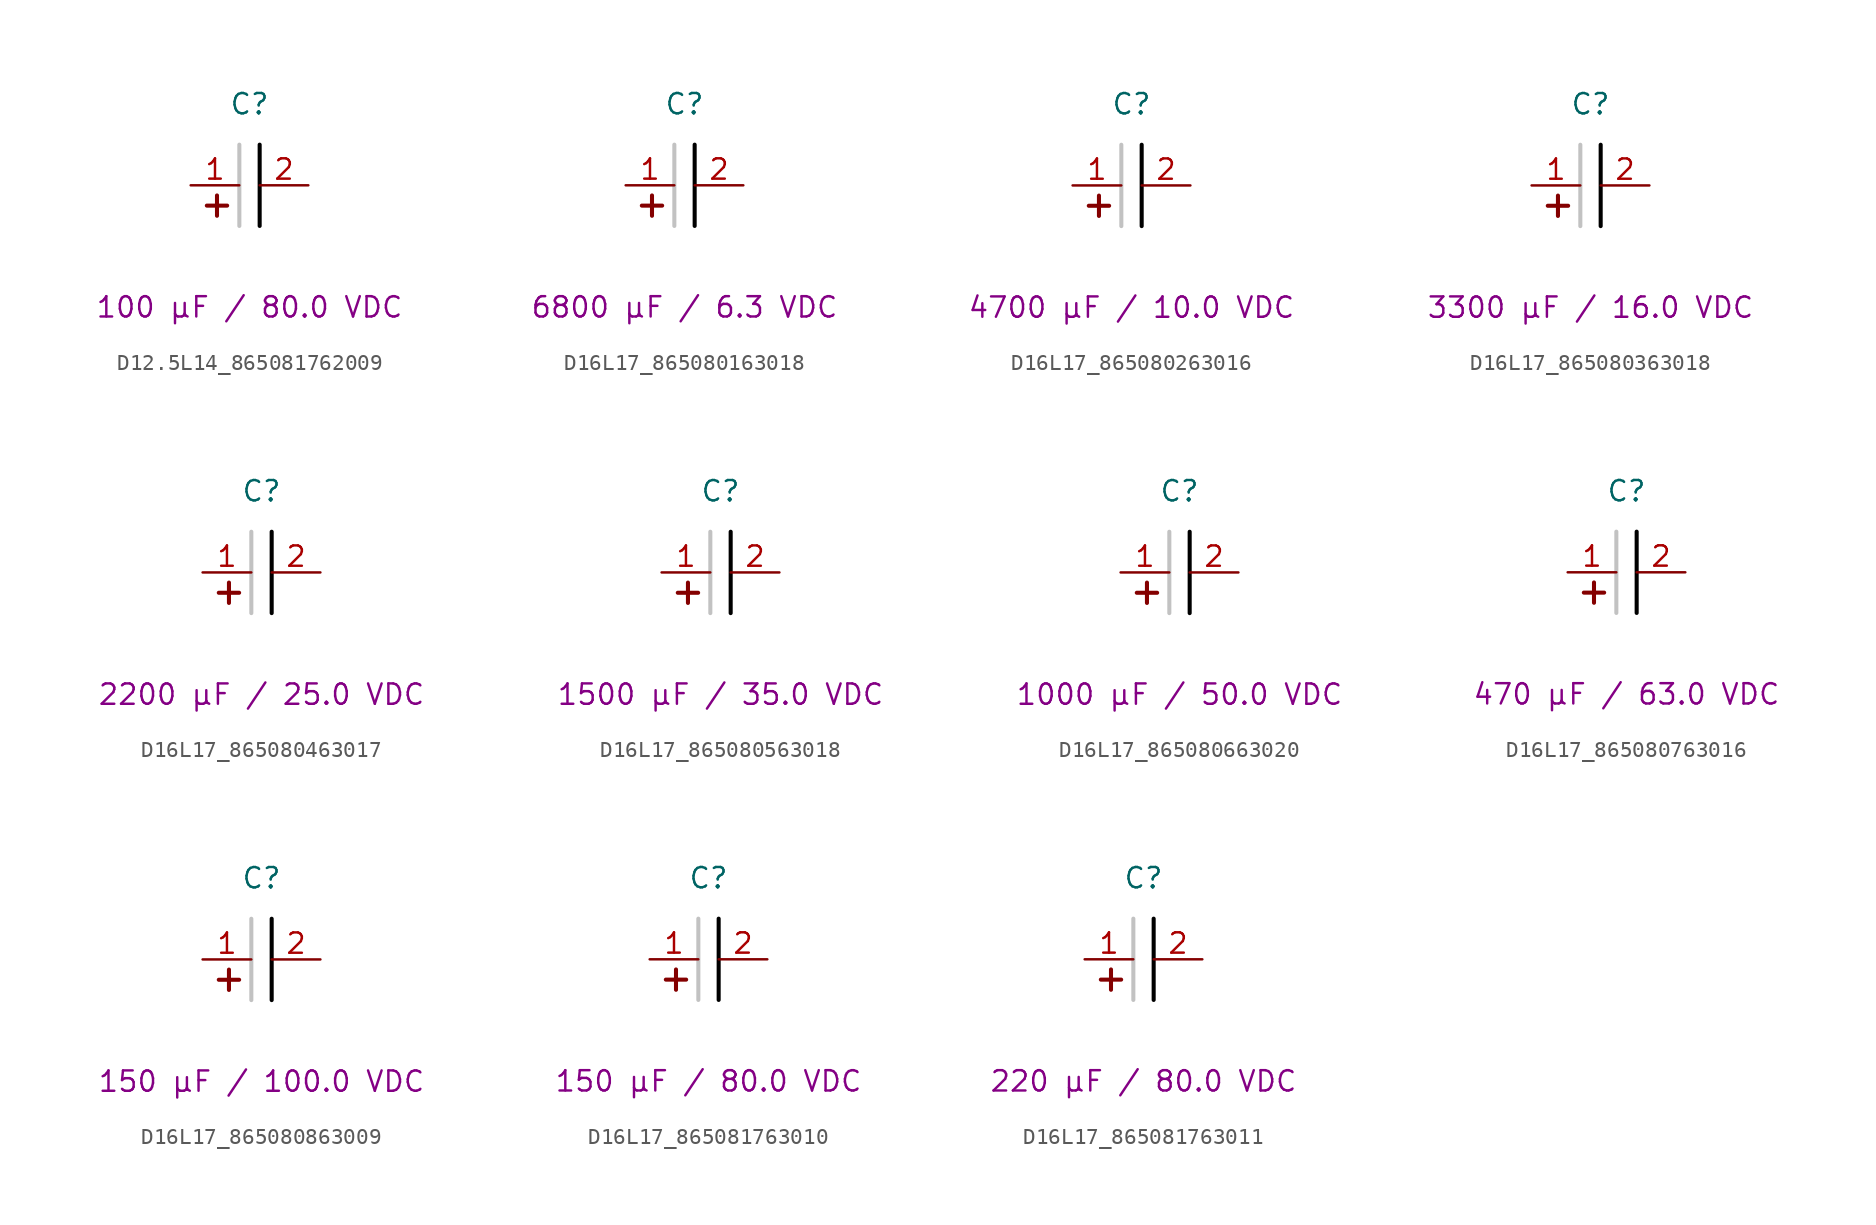
<source format=kicad_sym>
(kicad_symbol_lib
  (version 20220914)
  (generator kicad_symbol_editor)
  (symbol "D12.5L14_865081762009"
    (pin_names hide)
    (property "Reference" "C"
      (at 0 5.08 0)
      (effects (font (size 1.27 1.27))))
    (property "Critical Parameter" "100 µF / 80.0 VDC"
      (at 0 -7.62 0)
      (effects (font (size 1.27 1.27))))
    (symbol "D12.5L14_865081762009_1_1"
      (polyline (pts (xy -2.667 -1.27) (xy -1.397 -1.27)) (stroke (width 0.254) (type default)) (fill (type none)))
      (polyline (pts (xy -2.032 -0.635) (xy -2.032 -1.905)) (stroke (width 0.254) (type default)) (fill (type none)))
      (polyline (pts (xy -0.635 2.54) (xy -0.635 -2.54)) (stroke (width 0.254) (type default) (color 194 194 194 1)) (fill (type none)))
      (polyline (pts (xy 0.635 2.54) (xy 0.635 -2.54)) (stroke (width 0.254) (type default) (color 0 0 0 1)) (fill (type none)))
      (pin passive line (at -3.679 0 0) (length 3.044) (name "1" (effects (font (size 1.27 1.27)))) (number "1" (effects (font (size 1.27 1.27)))))
      (pin passive line (at 3.679 0 180) (length 3.044) (name "2" (effects (font (size 1.27 1.27)))) (number "2" (effects (font (size 1.27 1.27)))))))
  (symbol "D16L17_865080163018"
    (pin_names hide)
    (property "Reference" "C"
      (at 0 5.08 0)
      (effects (font (size 1.27 1.27))))
    (property "Critical Parameter" "6800 µF / 6.3 VDC"
      (at 0 -7.62 0)
      (effects (font (size 1.27 1.27))))
    (symbol "D16L17_865080163018_1_1"
      (polyline (pts (xy -2.667 -1.27) (xy -1.397 -1.27)) (stroke (width 0.254) (type default)) (fill (type none)))
      (polyline (pts (xy -2.032 -0.635) (xy -2.032 -1.905)) (stroke (width 0.254) (type default)) (fill (type none)))
      (polyline (pts (xy -0.635 2.54) (xy -0.635 -2.54)) (stroke (width 0.254) (type default) (color 194 194 194 1)) (fill (type none)))
      (polyline (pts (xy 0.635 2.54) (xy 0.635 -2.54)) (stroke (width 0.254) (type default) (color 0 0 0 1)) (fill (type none)))
      (pin passive line (at -3.679 0 0) (length 3.044) (name "1" (effects (font (size 1.27 1.27)))) (number "1" (effects (font (size 1.27 1.27)))))
      (pin passive line (at 3.679 0 180) (length 3.044) (name "2" (effects (font (size 1.27 1.27)))) (number "2" (effects (font (size 1.27 1.27)))))))
  (symbol "D16L17_865080263016"
    (pin_names hide)
    (property "Reference" "C"
      (at 0 5.08 0)
      (effects (font (size 1.27 1.27))))
    (property "Critical Parameter" "4700 µF / 10.0 VDC"
      (at 0 -7.62 0)
      (effects (font (size 1.27 1.27))))
    (symbol "D16L17_865080263016_1_1"
      (polyline (pts (xy -2.667 -1.27) (xy -1.397 -1.27)) (stroke (width 0.254) (type default)) (fill (type none)))
      (polyline (pts (xy -2.032 -0.635) (xy -2.032 -1.905)) (stroke (width 0.254) (type default)) (fill (type none)))
      (polyline (pts (xy -0.635 2.54) (xy -0.635 -2.54)) (stroke (width 0.254) (type default) (color 194 194 194 1)) (fill (type none)))
      (polyline (pts (xy 0.635 2.54) (xy 0.635 -2.54)) (stroke (width 0.254) (type default) (color 0 0 0 1)) (fill (type none)))
      (pin passive line (at -3.679 0 0) (length 3.044) (name "1" (effects (font (size 1.27 1.27)))) (number "1" (effects (font (size 1.27 1.27)))))
      (pin passive line (at 3.679 0 180) (length 3.044) (name "2" (effects (font (size 1.27 1.27)))) (number "2" (effects (font (size 1.27 1.27)))))))
  (symbol "D16L17_865080363018"
    (pin_names hide)
    (property "Reference" "C"
      (at 0 5.08 0)
      (effects (font (size 1.27 1.27))))
    (property "Critical Parameter" "3300 µF / 16.0 VDC"
      (at 0 -7.62 0)
      (effects (font (size 1.27 1.27))))
    (symbol "D16L17_865080363018_1_1"
      (polyline (pts (xy -2.667 -1.27) (xy -1.397 -1.27)) (stroke (width 0.254) (type default)) (fill (type none)))
      (polyline (pts (xy -2.032 -0.635) (xy -2.032 -1.905)) (stroke (width 0.254) (type default)) (fill (type none)))
      (polyline (pts (xy -0.635 2.54) (xy -0.635 -2.54)) (stroke (width 0.254) (type default) (color 194 194 194 1)) (fill (type none)))
      (polyline (pts (xy 0.635 2.54) (xy 0.635 -2.54)) (stroke (width 0.254) (type default) (color 0 0 0 1)) (fill (type none)))
      (pin passive line (at -3.679 0 0) (length 3.044) (name "1" (effects (font (size 1.27 1.27)))) (number "1" (effects (font (size 1.27 1.27)))))
      (pin passive line (at 3.679 0 180) (length 3.044) (name "2" (effects (font (size 1.27 1.27)))) (number "2" (effects (font (size 1.27 1.27)))))))
  (symbol "D16L17_865080463017"
    (pin_names hide)
    (property "Reference" "C"
      (at 0 5.08 0)
      (effects (font (size 1.27 1.27))))
    (property "Critical Parameter" "2200 µF / 25.0 VDC"
      (at 0 -7.62 0)
      (effects (font (size 1.27 1.27))))
    (symbol "D16L17_865080463017_1_1"
      (polyline (pts (xy -2.667 -1.27) (xy -1.397 -1.27)) (stroke (width 0.254) (type default)) (fill (type none)))
      (polyline (pts (xy -2.032 -0.635) (xy -2.032 -1.905)) (stroke (width 0.254) (type default)) (fill (type none)))
      (polyline (pts (xy -0.635 2.54) (xy -0.635 -2.54)) (stroke (width 0.254) (type default) (color 194 194 194 1)) (fill (type none)))
      (polyline (pts (xy 0.635 2.54) (xy 0.635 -2.54)) (stroke (width 0.254) (type default) (color 0 0 0 1)) (fill (type none)))
      (pin passive line (at -3.679 0 0) (length 3.044) (name "1" (effects (font (size 1.27 1.27)))) (number "1" (effects (font (size 1.27 1.27)))))
      (pin passive line (at 3.679 0 180) (length 3.044) (name "2" (effects (font (size 1.27 1.27)))) (number "2" (effects (font (size 1.27 1.27)))))))
  (symbol "D16L17_865080563018"
    (pin_names hide)
    (property "Reference" "C"
      (at 0 5.08 0)
      (effects (font (size 1.27 1.27))))
    (property "Critical Parameter" "1500 µF / 35.0 VDC"
      (at 0 -7.62 0)
      (effects (font (size 1.27 1.27))))
    (symbol "D16L17_865080563018_1_1"
      (polyline (pts (xy -2.667 -1.27) (xy -1.397 -1.27)) (stroke (width 0.254) (type default)) (fill (type none)))
      (polyline (pts (xy -2.032 -0.635) (xy -2.032 -1.905)) (stroke (width 0.254) (type default)) (fill (type none)))
      (polyline (pts (xy -0.635 2.54) (xy -0.635 -2.54)) (stroke (width 0.254) (type default) (color 194 194 194 1)) (fill (type none)))
      (polyline (pts (xy 0.635 2.54) (xy 0.635 -2.54)) (stroke (width 0.254) (type default) (color 0 0 0 1)) (fill (type none)))
      (pin passive line (at -3.679 0 0) (length 3.044) (name "1" (effects (font (size 1.27 1.27)))) (number "1" (effects (font (size 1.27 1.27)))))
      (pin passive line (at 3.679 0 180) (length 3.044) (name "2" (effects (font (size 1.27 1.27)))) (number "2" (effects (font (size 1.27 1.27)))))))
  (symbol "D16L17_865080663020"
    (pin_names hide)
    (property "Reference" "C"
      (at 0 5.08 0)
      (effects (font (size 1.27 1.27))))
    (property "Critical Parameter" "1000 µF / 50.0 VDC"
      (at 0 -7.62 0)
      (effects (font (size 1.27 1.27))))
    (symbol "D16L17_865080663020_1_1"
      (polyline (pts (xy -2.667 -1.27) (xy -1.397 -1.27)) (stroke (width 0.254) (type default)) (fill (type none)))
      (polyline (pts (xy -2.032 -0.635) (xy -2.032 -1.905)) (stroke (width 0.254) (type default)) (fill (type none)))
      (polyline (pts (xy -0.635 2.54) (xy -0.635 -2.54)) (stroke (width 0.254) (type default) (color 194 194 194 1)) (fill (type none)))
      (polyline (pts (xy 0.635 2.54) (xy 0.635 -2.54)) (stroke (width 0.254) (type default) (color 0 0 0 1)) (fill (type none)))
      (pin passive line (at -3.679 0 0) (length 3.044) (name "1" (effects (font (size 1.27 1.27)))) (number "1" (effects (font (size 1.27 1.27)))))
      (pin passive line (at 3.679 0 180) (length 3.044) (name "2" (effects (font (size 1.27 1.27)))) (number "2" (effects (font (size 1.27 1.27)))))))
  (symbol "D16L17_865080763016"
    (pin_names hide)
    (property "Reference" "C"
      (at 0 5.08 0)
      (effects (font (size 1.27 1.27))))
    (property "Critical Parameter" "470 µF / 63.0 VDC"
      (at 0 -7.62 0)
      (effects (font (size 1.27 1.27))))
    (symbol "D16L17_865080763016_1_1"
      (polyline (pts (xy -2.667 -1.27) (xy -1.397 -1.27)) (stroke (width 0.254) (type default)) (fill (type none)))
      (polyline (pts (xy -2.032 -0.635) (xy -2.032 -1.905)) (stroke (width 0.254) (type default)) (fill (type none)))
      (polyline (pts (xy -0.635 2.54) (xy -0.635 -2.54)) (stroke (width 0.254) (type default) (color 194 194 194 1)) (fill (type none)))
      (polyline (pts (xy 0.635 2.54) (xy 0.635 -2.54)) (stroke (width 0.254) (type default) (color 0 0 0 1)) (fill (type none)))
      (pin passive line (at -3.679 0 0) (length 3.044) (name "1" (effects (font (size 1.27 1.27)))) (number "1" (effects (font (size 1.27 1.27)))))
      (pin passive line (at 3.679 0 180) (length 3.044) (name "2" (effects (font (size 1.27 1.27)))) (number "2" (effects (font (size 1.27 1.27)))))))
  (symbol "D16L17_865080863009"
    (pin_names hide)
    (property "Reference" "C"
      (at 0 5.08 0)
      (effects (font (size 1.27 1.27))))
    (property "Critical Parameter" "150 µF / 100.0 VDC"
      (at 0 -7.62 0)
      (effects (font (size 1.27 1.27))))
    (symbol "D16L17_865080863009_1_1"
      (polyline (pts (xy -2.667 -1.27) (xy -1.397 -1.27)) (stroke (width 0.254) (type default)) (fill (type none)))
      (polyline (pts (xy -2.032 -0.635) (xy -2.032 -1.905)) (stroke (width 0.254) (type default)) (fill (type none)))
      (polyline (pts (xy -0.635 2.54) (xy -0.635 -2.54)) (stroke (width 0.254) (type default) (color 194 194 194 1)) (fill (type none)))
      (polyline (pts (xy 0.635 2.54) (xy 0.635 -2.54)) (stroke (width 0.254) (type default) (color 0 0 0 1)) (fill (type none)))
      (pin passive line (at -3.679 0 0) (length 3.044) (name "1" (effects (font (size 1.27 1.27)))) (number "1" (effects (font (size 1.27 1.27)))))
      (pin passive line (at 3.679 0 180) (length 3.044) (name "2" (effects (font (size 1.27 1.27)))) (number "2" (effects (font (size 1.27 1.27)))))))
  (symbol "D16L17_865081763010"
    (pin_names hide)
    (property "Reference" "C"
      (at 0 5.08 0)
      (effects (font (size 1.27 1.27))))
    (property "Critical Parameter" "150 µF / 80.0 VDC"
      (at 0 -7.62 0)
      (effects (font (size 1.27 1.27))))
    (symbol "D16L17_865081763010_1_1"
      (polyline (pts (xy -2.667 -1.27) (xy -1.397 -1.27)) (stroke (width 0.254) (type default)) (fill (type none)))
      (polyline (pts (xy -2.032 -0.635) (xy -2.032 -1.905)) (stroke (width 0.254) (type default)) (fill (type none)))
      (polyline (pts (xy -0.635 2.54) (xy -0.635 -2.54)) (stroke (width 0.254) (type default) (color 194 194 194 1)) (fill (type none)))
      (polyline (pts (xy 0.635 2.54) (xy 0.635 -2.54)) (stroke (width 0.254) (type default) (color 0 0 0 1)) (fill (type none)))
      (pin passive line (at -3.679 0 0) (length 3.044) (name "1" (effects (font (size 1.27 1.27)))) (number "1" (effects (font (size 1.27 1.27)))))
      (pin passive line (at 3.679 0 180) (length 3.044) (name "2" (effects (font (size 1.27 1.27)))) (number "2" (effects (font (size 1.27 1.27)))))))
  (symbol "D16L17_865081763011"
    (pin_names hide)
    (property "Reference" "C"
      (at 0 5.08 0)
      (effects (font (size 1.27 1.27))))
    (property "Critical Parameter" "220 µF / 80.0 VDC"
      (at 0 -7.62 0)
      (effects (font (size 1.27 1.27))))
    (symbol "D16L17_865081763011_1_1"
      (polyline (pts (xy -2.667 -1.27) (xy -1.397 -1.27)) (stroke (width 0.254) (type default)) (fill (type none)))
      (polyline (pts (xy -2.032 -0.635) (xy -2.032 -1.905)) (stroke (width 0.254) (type default)) (fill (type none)))
      (polyline (pts (xy -0.635 2.54) (xy -0.635 -2.54)) (stroke (width 0.254) (type default) (color 194 194 194 1)) (fill (type none)))
      (polyline (pts (xy 0.635 2.54) (xy 0.635 -2.54)) (stroke (width 0.254) (type default) (color 0 0 0 1)) (fill (type none)))
      (pin passive line (at -3.679 0 0) (length 3.044) (name "1" (effects (font (size 1.27 1.27)))) (number "1" (effects (font (size 1.27 1.27)))))
      (pin passive line (at 3.679 0 180) (length 3.044) (name "2" (effects (font (size 1.27 1.27)))) (number "2" (effects (font (size 1.27 1.27))))))))
</source>
